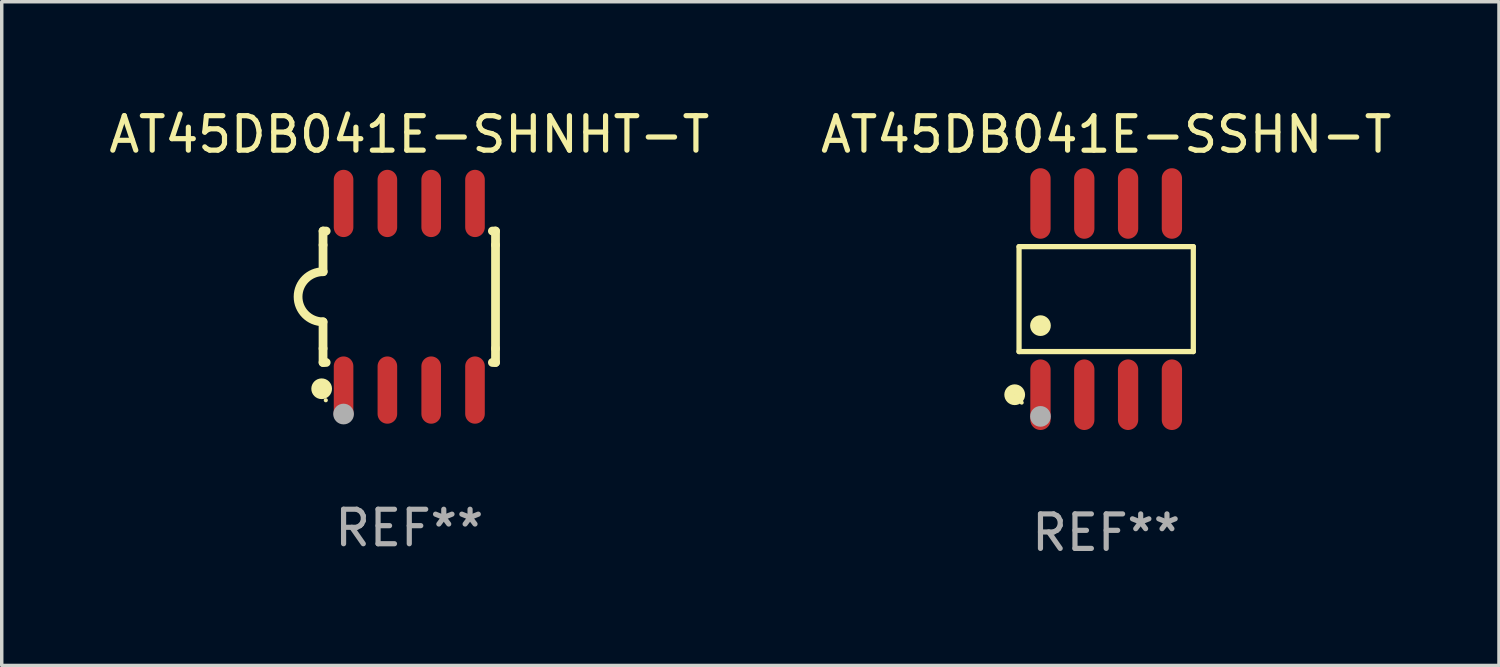
<source format=kicad_pcb>
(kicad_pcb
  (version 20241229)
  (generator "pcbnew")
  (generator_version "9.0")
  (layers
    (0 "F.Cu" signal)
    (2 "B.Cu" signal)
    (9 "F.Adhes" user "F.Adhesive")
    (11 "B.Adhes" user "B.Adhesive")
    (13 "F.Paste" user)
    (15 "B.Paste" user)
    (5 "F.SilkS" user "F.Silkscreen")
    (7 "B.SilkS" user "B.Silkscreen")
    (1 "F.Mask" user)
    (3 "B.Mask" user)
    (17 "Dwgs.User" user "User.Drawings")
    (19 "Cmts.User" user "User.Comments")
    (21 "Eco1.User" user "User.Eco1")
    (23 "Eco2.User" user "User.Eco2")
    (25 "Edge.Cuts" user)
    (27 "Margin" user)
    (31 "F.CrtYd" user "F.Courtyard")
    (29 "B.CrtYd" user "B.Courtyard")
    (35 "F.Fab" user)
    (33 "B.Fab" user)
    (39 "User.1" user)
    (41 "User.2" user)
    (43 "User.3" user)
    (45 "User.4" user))
  (footprint "AT45DB041E-SSHN-T"
    (layer "F.Cu")
    (at 29.018 5.621)
    (property "Reference" "AT45DB041E-SSHN-T" (at 0 -4.772 0) (layer "F.SilkS") (effects (font (size 1 1) (thickness 0.15))))
    (attr through_hole)
    (fp_line (start -2.526 -1.521) (end 2.526 -1.521) (stroke (width 0.152) (type solid)) (layer "F.SilkS"))
    (fp_line (start -2.526 1.521) (end -2.526 -1.521) (stroke (width 0.152) (type solid)) (layer "F.SilkS"))
    (fp_line (start 2.526 -1.521) (end 2.526 1.521) (stroke (width 0.152) (type solid)) (layer "F.SilkS"))
    (fp_line (start 2.526 1.521) (end -2.526 1.521) (stroke (width 0.152) (type solid)) (layer "F.SilkS"))
    (fp_circle (center -2.652 2.772) (end -2.501 2.772) (stroke (width 0.3) (type solid)) (fill no) (layer "F.SilkS"))
    (fp_circle (center -2.45 3) (end -2.42 3) (stroke (width 0.06) (type solid)) (fill no) (layer "F.SilkS"))
    (fp_circle (center -1.905 0.769) (end -1.755 0.769) (stroke (width 0.3) (type solid)) (fill no) (layer "F.SilkS"))
    (fp_circle (center -1.905 3.4) (end -1.755 3.4) (stroke (width 0.3) (type solid)) (fill no) (layer "F.Fab"))
    (fp_text user "REF**" (at 0 6.772 0) (layer "F.Fab") (effects (font (size 1 1) (thickness 0.15))))
    (pad "1" smd oval (at -1.905 2.772) (size 0.588 2.045) (layers "F.Cu" "F.Mask" "F.Paste"))
    (pad "2" smd oval (at -0.635 2.772) (size 0.588 2.045) (layers "F.Cu" "F.Mask" "F.Paste"))
    (pad "3" smd oval (at 0.635 2.772) (size 0.588 2.045) (layers "F.Cu" "F.Mask" "F.Paste"))
    (pad "4" smd oval (at 1.905 2.772) (size 0.588 2.045) (layers "F.Cu" "F.Mask" "F.Paste"))
    (pad "5" smd oval (at 1.905 -2.772) (size 0.588 2.045) (layers "F.Cu" "F.Mask" "F.Paste"))
    (pad "6" smd oval (at 0.635 -2.772) (size 0.588 2.045) (layers "F.Cu" "F.Mask" "F.Paste"))
    (pad "7" smd oval (at -0.635 -2.772) (size 0.588 2.045) (layers "F.Cu" "F.Mask" "F.Paste"))
    (pad "8" smd oval (at -1.905 -2.772) (size 0.588 2.045) (layers "F.Cu" "F.Mask" "F.Paste")))
  (footprint "AT45DB041E-SHNHT-T"
    (layer "F.Cu")
    (at 8.815 5.553)
    (property "Reference" "AT45DB041E-SHNHT-T" (at 0 -4.705 0) (layer "F.SilkS") (effects (font (size 1 1) (thickness 0.15))))
    (attr through_hole)
    (fp_line (start -2.5 -1.905) (end -2.409 -1.905) (stroke (width 0.254) (type solid)) (layer "F.SilkS"))
    (fp_line (start -2.5 -1.5) (end -2.5 -1.905) (stroke (width 0.254) (type solid)) (layer "F.SilkS"))
    (fp_line (start -2.5 -1.5) (end -2.5 -0.726) (stroke (width 0.254) (type solid)) (layer "F.SilkS"))
    (fp_line (start -2.5 1.5) (end -2.5 0.727) (stroke (width 0.254) (type solid)) (layer "F.SilkS"))
    (fp_line (start -2.5 1.5) (end -2.5 1.905) (stroke (width 0.254) (type solid)) (layer "F.SilkS"))
    (fp_line (start -2.5 1.905) (end -2.409 1.905) (stroke (width 0.254) (type solid)) (layer "F.SilkS"))
    (fp_line (start 2.5 -1.905) (end 2.409 -1.905) (stroke (width 0.254) (type solid)) (layer "F.SilkS"))
    (fp_line (start 2.5 -1.5) (end 2.5 -1.905) (stroke (width 0.254) (type solid)) (layer "F.SilkS"))
    (fp_line (start 2.5 -1.5) (end 2.5 1.5) (stroke (width 0.254) (type solid)) (layer "F.SilkS"))
    (fp_line (start 2.5 1.5) (end 2.5 1.905) (stroke (width 0.254) (type solid)) (layer "F.SilkS"))
    (fp_line (start 2.5 1.905) (end 2.409 1.905) (stroke (width 0.254) (type solid)) (layer "F.SilkS"))
    (fp_arc (start -2.5 0.726568) (mid -3.220316 -0.0023) (end -2.495097 -0.726289) (stroke (width 0.254001) (type solid)) (layer "F.SilkS"))
    (fp_circle (center -2.54 2.667) (end -2.39 2.667) (stroke (width 0.3) (type solid)) (fill no) (layer "F.SilkS"))
    (fp_circle (center -2.42 3) (end -2.39 3) (stroke (width 0.06) (type solid)) (fill no) (layer "F.SilkS"))
    (fp_circle (center -1.905 3.4) (end -1.755 3.4) (stroke (width 0.3) (type solid)) (fill no) (layer "F.Fab"))
    (fp_text user "REF**" (at 0 6.705 0) (layer "F.Fab") (effects (font (size 1 1) (thickness 0.15))))
    (pad "1" smd oval (at -1.905 2.705) (size 0.568 1.95) (layers "F.Cu" "F.Mask" "F.Paste"))
    (pad "2" smd oval (at -0.635 2.705) (size 0.568 1.95) (layers "F.Cu" "F.Mask" "F.Paste"))
    (pad "3" smd oval (at 0.635 2.705) (size 0.568 1.95) (layers "F.Cu" "F.Mask" "F.Paste"))
    (pad "4" smd oval (at 1.905 2.705) (size 0.568 1.95) (layers "F.Cu" "F.Mask" "F.Paste"))
    (pad "5" smd oval (at 1.905 -2.705) (size 0.568 1.95) (layers "F.Cu" "F.Mask" "F.Paste"))
    (pad "6" smd oval (at 0.635 -2.705) (size 0.568 1.95) (layers "F.Cu" "F.Mask" "F.Paste"))
    (pad "7" smd oval (at -0.635 -2.705) (size 0.568 1.95) (layers "F.Cu" "F.Mask" "F.Paste"))
    (pad "8" smd oval (at -1.905 -2.705) (size 0.568 1.95) (layers "F.Cu" "F.Mask" "F.Paste")))
  (gr_rect
    (start -3 -3)
    (end 40.405 16.241)
    (stroke (width 0.1) (type default))
    (fill no)
    (layer "Edge.Cuts")))
</source>
